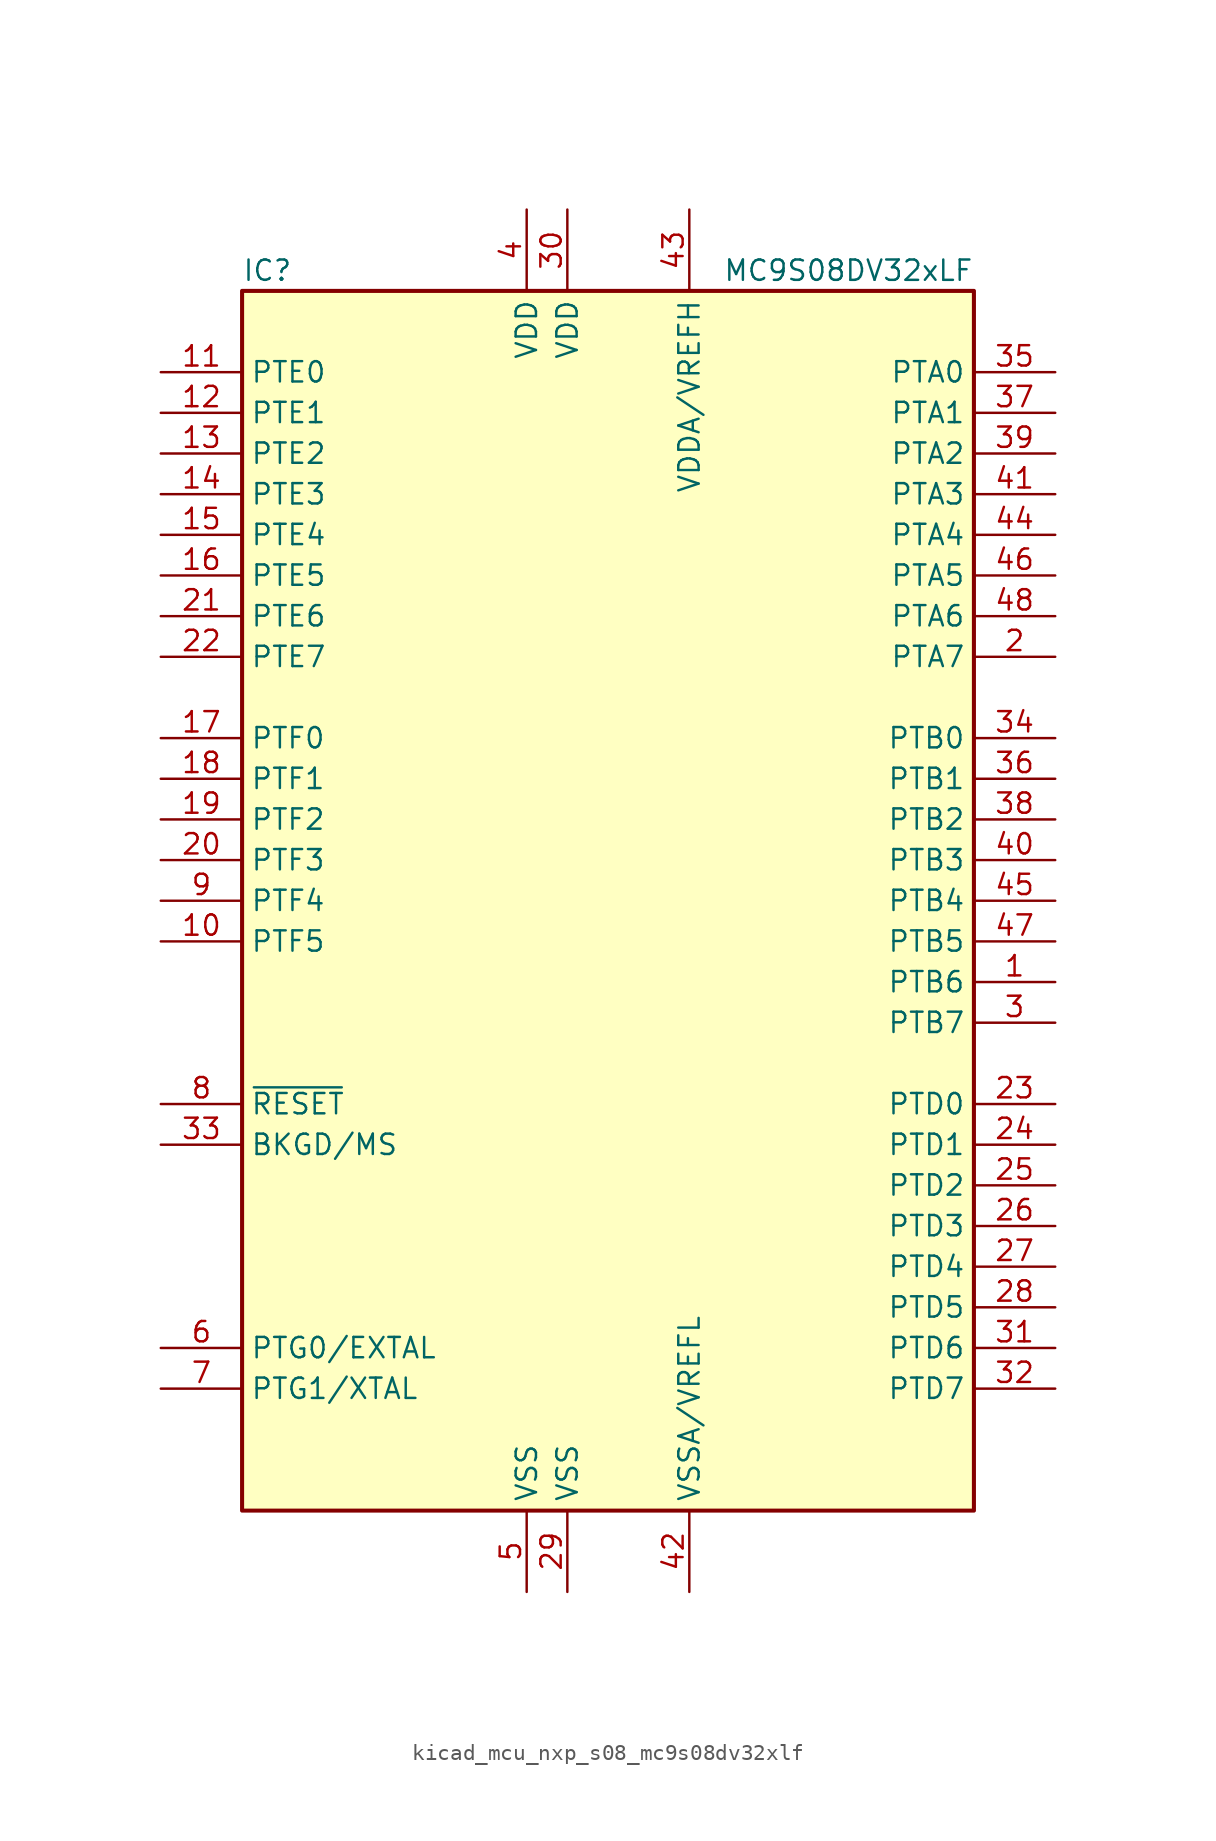
<source format=kicad_sym>
(kicad_symbol_lib
  (version 20220914)
  (generator kicad_symbol_editor)
  (symbol "kicad_mcu_nxp_s08_mc9s08dv32xlf"
    (property "Reference" "IC"
      (at -22.86 39.37 0)
      (effects (font (size 1.27 1.27)) (justify left)))
    (property "Value" "MC9S08DV32xLF"
      (at 22.86 39.37 0)
      (effects (font (size 1.27 1.27)) (justify right)))
    (symbol "kicad_mcu_nxp_s08_mc9s08dv32xlf_0_1"
      (rectangle (start -22.86 38.1) (end 22.86 -38.1) (stroke (width 0.254) (type default)) (fill (type background))))
    (symbol "kicad_mcu_nxp_s08_mc9s08dv32xlf_1_1"
      (pin bidirectional line (at 27.94 -5.08 180) (length 5.08) (name "PTB6" (effects (font (size 1.27 1.27)))) (number "1" (effects (font (size 1.27 1.27)))))
      (pin bidirectional line (at -27.94 -2.54 0) (length 5.08) (name "PTF5" (effects (font (size 1.27 1.27)))) (number "10" (effects (font (size 1.27 1.27)))))
      (pin bidirectional line (at -27.94 33.02 0) (length 5.08) (name "PTE0" (effects (font (size 1.27 1.27)))) (number "11" (effects (font (size 1.27 1.27)))))
      (pin bidirectional line (at -27.94 30.48 0) (length 5.08) (name "PTE1" (effects (font (size 1.27 1.27)))) (number "12" (effects (font (size 1.27 1.27)))))
      (pin bidirectional line (at -27.94 27.94 0) (length 5.08) (name "PTE2" (effects (font (size 1.27 1.27)))) (number "13" (effects (font (size 1.27 1.27)))))
      (pin bidirectional line (at -27.94 25.4 0) (length 5.08) (name "PTE3" (effects (font (size 1.27 1.27)))) (number "14" (effects (font (size 1.27 1.27)))))
      (pin bidirectional line (at -27.94 22.86 0) (length 5.08) (name "PTE4" (effects (font (size 1.27 1.27)))) (number "15" (effects (font (size 1.27 1.27)))))
      (pin bidirectional line (at -27.94 20.32 0) (length 5.08) (name "PTE5" (effects (font (size 1.27 1.27)))) (number "16" (effects (font (size 1.27 1.27)))))
      (pin bidirectional line (at -27.94 10.16 0) (length 5.08) (name "PTF0" (effects (font (size 1.27 1.27)))) (number "17" (effects (font (size 1.27 1.27)))))
      (pin bidirectional line (at -27.94 7.62 0) (length 5.08) (name "PTF1" (effects (font (size 1.27 1.27)))) (number "18" (effects (font (size 1.27 1.27)))))
      (pin bidirectional line (at -27.94 5.08 0) (length 5.08) (name "PTF2" (effects (font (size 1.27 1.27)))) (number "19" (effects (font (size 1.27 1.27)))))
      (pin bidirectional line (at 27.94 15.24 180) (length 5.08) (name "PTA7" (effects (font (size 1.27 1.27)))) (number "2" (effects (font (size 1.27 1.27)))))
      (pin bidirectional line (at -27.94 2.54 0) (length 5.08) (name "PTF3" (effects (font (size 1.27 1.27)))) (number "20" (effects (font (size 1.27 1.27)))))
      (pin bidirectional line (at -27.94 17.78 0) (length 5.08) (name "PTE6" (effects (font (size 1.27 1.27)))) (number "21" (effects (font (size 1.27 1.27)))))
      (pin bidirectional line (at -27.94 15.24 0) (length 5.08) (name "PTE7" (effects (font (size 1.27 1.27)))) (number "22" (effects (font (size 1.27 1.27)))))
      (pin bidirectional line (at 27.94 -12.7 180) (length 5.08) (name "PTD0" (effects (font (size 1.27 1.27)))) (number "23" (effects (font (size 1.27 1.27)))))
      (pin bidirectional line (at 27.94 -15.24 180) (length 5.08) (name "PTD1" (effects (font (size 1.27 1.27)))) (number "24" (effects (font (size 1.27 1.27)))))
      (pin bidirectional line (at 27.94 -17.78 180) (length 5.08) (name "PTD2" (effects (font (size 1.27 1.27)))) (number "25" (effects (font (size 1.27 1.27)))))
      (pin bidirectional line (at 27.94 -20.32 180) (length 5.08) (name "PTD3" (effects (font (size 1.27 1.27)))) (number "26" (effects (font (size 1.27 1.27)))))
      (pin bidirectional line (at 27.94 -22.86 180) (length 5.08) (name "PTD4" (effects (font (size 1.27 1.27)))) (number "27" (effects (font (size 1.27 1.27)))))
      (pin bidirectional line (at 27.94 -25.4 180) (length 5.08) (name "PTD5" (effects (font (size 1.27 1.27)))) (number "28" (effects (font (size 1.27 1.27)))))
      (pin power_in line (at -2.54 -43.18 90) (length 5.08) (name "VSS" (effects (font (size 1.27 1.27)))) (number "29" (effects (font (size 1.27 1.27)))))
      (pin bidirectional line (at 27.94 -7.62 180) (length 5.08) (name "PTB7" (effects (font (size 1.27 1.27)))) (number "3" (effects (font (size 1.27 1.27)))))
      (pin power_in line (at -2.54 43.18 270) (length 5.08) (name "VDD" (effects (font (size 1.27 1.27)))) (number "30" (effects (font (size 1.27 1.27)))))
      (pin bidirectional line (at 27.94 -27.94 180) (length 5.08) (name "PTD6" (effects (font (size 1.27 1.27)))) (number "31" (effects (font (size 1.27 1.27)))))
      (pin bidirectional line (at 27.94 -30.48 180) (length 5.08) (name "PTD7" (effects (font (size 1.27 1.27)))) (number "32" (effects (font (size 1.27 1.27)))))
      (pin bidirectional line (at -27.94 -15.24 0) (length 5.08) (name "BKGD/MS" (effects (font (size 1.27 1.27)))) (number "33" (effects (font (size 1.27 1.27)))))
      (pin bidirectional line (at 27.94 10.16 180) (length 5.08) (name "PTB0" (effects (font (size 1.27 1.27)))) (number "34" (effects (font (size 1.27 1.27)))))
      (pin bidirectional line (at 27.94 33.02 180) (length 5.08) (name "PTA0" (effects (font (size 1.27 1.27)))) (number "35" (effects (font (size 1.27 1.27)))))
      (pin bidirectional line (at 27.94 7.62 180) (length 5.08) (name "PTB1" (effects (font (size 1.27 1.27)))) (number "36" (effects (font (size 1.27 1.27)))))
      (pin bidirectional line (at 27.94 30.48 180) (length 5.08) (name "PTA1" (effects (font (size 1.27 1.27)))) (number "37" (effects (font (size 1.27 1.27)))))
      (pin bidirectional line (at 27.94 5.08 180) (length 5.08) (name "PTB2" (effects (font (size 1.27 1.27)))) (number "38" (effects (font (size 1.27 1.27)))))
      (pin bidirectional line (at 27.94 27.94 180) (length 5.08) (name "PTA2" (effects (font (size 1.27 1.27)))) (number "39" (effects (font (size 1.27 1.27)))))
      (pin power_in line (at -5.08 43.18 270) (length 5.08) (name "VDD" (effects (font (size 1.27 1.27)))) (number "4" (effects (font (size 1.27 1.27)))))
      (pin bidirectional line (at 27.94 2.54 180) (length 5.08) (name "PTB3" (effects (font (size 1.27 1.27)))) (number "40" (effects (font (size 1.27 1.27)))))
      (pin bidirectional line (at 27.94 25.4 180) (length 5.08) (name "PTA3" (effects (font (size 1.27 1.27)))) (number "41" (effects (font (size 1.27 1.27)))))
      (pin power_in line (at 5.08 -43.18 90) (length 5.08) (name "VSSA/VREFL" (effects (font (size 1.27 1.27)))) (number "42" (effects (font (size 1.27 1.27)))))
      (pin power_in line (at 5.08 43.18 270) (length 5.08) (name "VDDA/VREFH" (effects (font (size 1.27 1.27)))) (number "43" (effects (font (size 1.27 1.27)))))
      (pin bidirectional line (at 27.94 22.86 180) (length 5.08) (name "PTA4" (effects (font (size 1.27 1.27)))) (number "44" (effects (font (size 1.27 1.27)))))
      (pin bidirectional line (at 27.94 0 180) (length 5.08) (name "PTB4" (effects (font (size 1.27 1.27)))) (number "45" (effects (font (size 1.27 1.27)))))
      (pin bidirectional line (at 27.94 20.32 180) (length 5.08) (name "PTA5" (effects (font (size 1.27 1.27)))) (number "46" (effects (font (size 1.27 1.27)))))
      (pin bidirectional line (at 27.94 -2.54 180) (length 5.08) (name "PTB5" (effects (font (size 1.27 1.27)))) (number "47" (effects (font (size 1.27 1.27)))))
      (pin bidirectional line (at 27.94 17.78 180) (length 5.08) (name "PTA6" (effects (font (size 1.27 1.27)))) (number "48" (effects (font (size 1.27 1.27)))))
      (pin power_in line (at -5.08 -43.18 90) (length 5.08) (name "VSS" (effects (font (size 1.27 1.27)))) (number "5" (effects (font (size 1.27 1.27)))))
      (pin bidirectional line (at -27.94 -27.94 0) (length 5.08) (name "PTG0/EXTAL" (effects (font (size 1.27 1.27)))) (number "6" (effects (font (size 1.27 1.27)))))
      (pin bidirectional line (at -27.94 -30.48 0) (length 5.08) (name "PTG1/XTAL" (effects (font (size 1.27 1.27)))) (number "7" (effects (font (size 1.27 1.27)))))
      (pin input line (at -27.94 -12.7 0) (length 5.08) (name "~{RESET}" (effects (font (size 1.27 1.27)))) (number "8" (effects (font (size 1.27 1.27)))))
      (pin bidirectional line (at -27.94 0 0) (length 5.08) (name "PTF4" (effects (font (size 1.27 1.27)))) (number "9" (effects (font (size 1.27 1.27))))))))
</source>
